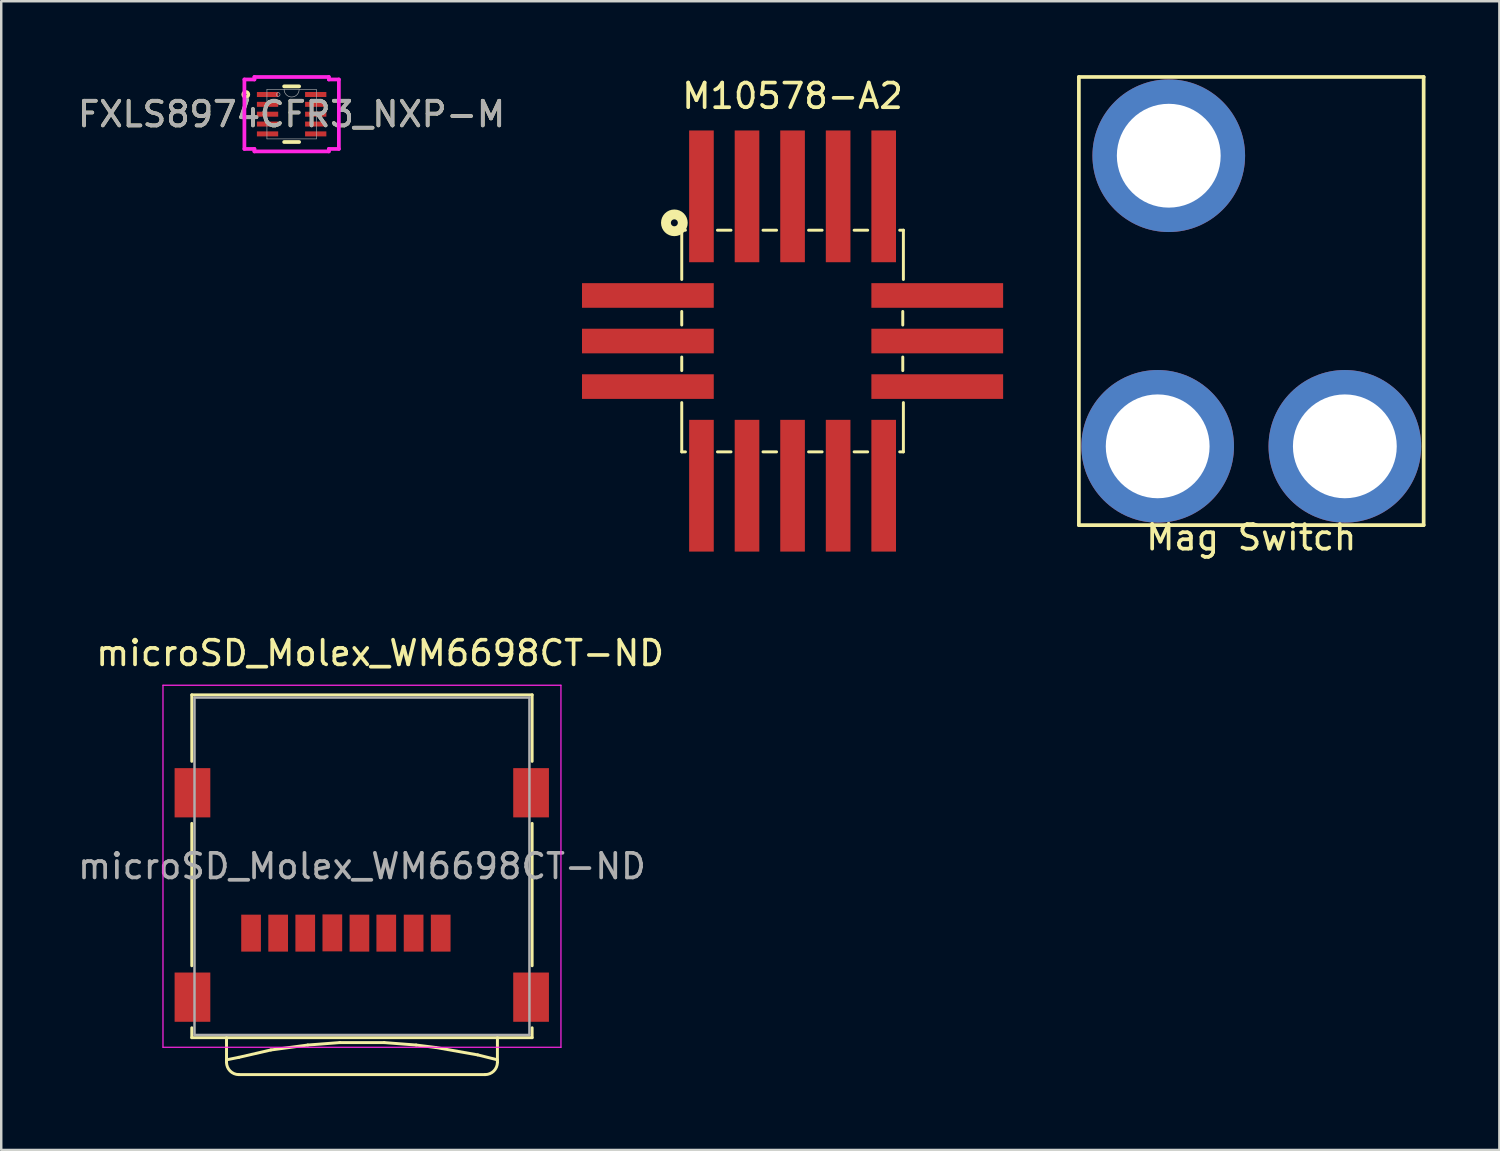
<source format=kicad_pcb>
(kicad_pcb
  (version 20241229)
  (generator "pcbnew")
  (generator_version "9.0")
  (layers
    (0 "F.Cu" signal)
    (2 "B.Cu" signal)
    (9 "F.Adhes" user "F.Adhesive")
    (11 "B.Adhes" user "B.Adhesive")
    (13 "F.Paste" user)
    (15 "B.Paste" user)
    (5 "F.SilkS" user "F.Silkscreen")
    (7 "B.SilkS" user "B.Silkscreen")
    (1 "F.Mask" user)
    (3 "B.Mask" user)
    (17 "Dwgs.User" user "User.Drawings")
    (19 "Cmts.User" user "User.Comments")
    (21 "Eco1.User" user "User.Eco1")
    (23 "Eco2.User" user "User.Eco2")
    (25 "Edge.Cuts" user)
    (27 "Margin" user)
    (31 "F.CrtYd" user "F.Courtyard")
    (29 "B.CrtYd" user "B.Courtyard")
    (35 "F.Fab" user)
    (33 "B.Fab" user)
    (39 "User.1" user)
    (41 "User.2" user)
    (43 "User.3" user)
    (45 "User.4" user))
  (footprint "M10578-A2"
    (layer "F.Cu")
    (at 29.133 10.798)
    (property "Reference" "M10578-A2" (at 0 -9.95 0) (layer "F.SilkS") (effects (font (size 1 1) (thickness 0.15))))
    (attr through_hole)
    (fp_line (start -4.5 -4.5) (end -4.5 -2.5) (stroke (width 0.12) (type solid)) (layer "F.SilkS"))
    (fp_line (start -4.5 -4.5) (end -4.35 -4.5) (stroke (width 0.12) (type solid)) (layer "F.SilkS"))
    (fp_line (start -4.5 -1.2) (end -4.5 -0.65) (stroke (width 0.12) (type solid)) (layer "F.SilkS"))
    (fp_line (start -4.5 0.65) (end -4.5 1.2) (stroke (width 0.12) (type solid)) (layer "F.SilkS"))
    (fp_line (start -4.5 2.5) (end -4.5 4.5) (stroke (width 0.12) (type solid)) (layer "F.SilkS"))
    (fp_line (start -4.5 4.5) (end -4.35 4.5) (stroke (width 0.12) (type solid)) (layer "F.SilkS"))
    (fp_line (start -3.05 -4.5) (end -2.5 -4.5) (stroke (width 0.12) (type solid)) (layer "F.SilkS"))
    (fp_line (start -3.05 4.5) (end -2.5 4.5) (stroke (width 0.12) (type solid)) (layer "F.SilkS"))
    (fp_line (start -1.2 -4.5) (end -0.65 -4.5) (stroke (width 0.12) (type solid)) (layer "F.SilkS"))
    (fp_line (start -1.2 4.5) (end -0.65 4.5) (stroke (width 0.12) (type solid)) (layer "F.SilkS"))
    (fp_line (start 0.65 -4.5) (end 1.2 -4.5) (stroke (width 0.12) (type solid)) (layer "F.SilkS"))
    (fp_line (start 0.65 4.5) (end 1.2 4.5) (stroke (width 0.12) (type solid)) (layer "F.SilkS"))
    (fp_line (start 2.5 -4.5) (end 3.05 -4.5) (stroke (width 0.12) (type solid)) (layer "F.SilkS"))
    (fp_line (start 2.5 4.5) (end 3.05 4.5) (stroke (width 0.12) (type solid)) (layer "F.SilkS"))
    (fp_line (start 4.35 -4.5) (end 4.5 -4.5) (stroke (width 0.12) (type solid)) (layer "F.SilkS"))
    (fp_line (start 4.35 4.5) (end 4.5 4.5) (stroke (width 0.12) (type solid)) (layer "F.SilkS"))
    (fp_line (start 4.475 -1.2) (end 4.475 -0.65) (stroke (width 0.12) (type solid)) (layer "F.SilkS"))
    (fp_line (start 4.475 0.65) (end 4.475 1.2) (stroke (width 0.12) (type solid)) (layer "F.SilkS"))
    (fp_line (start 4.5 -4.5) (end 4.5 -2.5) (stroke (width 0.12) (type solid)) (layer "F.SilkS"))
    (fp_line (start 4.5 2.5) (end 4.5 4.5) (stroke (width 0.12) (type solid)) (layer "F.SilkS"))
    (fp_arc (start -4.7 -4.7) (mid -4.9 -4.9) (end -4.7 -4.7) (stroke (width 0.4) (type solid)) (layer "F.SilkS"))
    (pad "1" smd rect (at -3.7 -5.875) (size 1 5.35) (layers "F.Cu" "F.Mask" "F.Paste"))
    (pad "2" smd rect (at -1.85 -5.875) (size 1 5.35) (layers "F.Cu" "F.Mask" "F.Paste"))
    (pad "3" smd rect (at 0 -5.875) (size 1 5.35) (layers "F.Cu" "F.Mask" "F.Paste"))
    (pad "4" smd rect (at 1.85 -5.875) (size 1 5.35) (layers "F.Cu" "F.Mask" "F.Paste"))
    (pad "5" smd rect (at 3.7 -5.875) (size 1 5.35) (layers "F.Cu" "F.Mask" "F.Paste"))
    (pad "6" smd rect (at 5.875 -1.85) (size 5.35 1) (layers "F.Cu" "F.Mask" "F.Paste"))
    (pad "7" smd rect (at 5.875 0) (size 5.35 1) (layers "F.Cu" "F.Mask" "F.Paste"))
    (pad "8" smd rect (at 5.875 1.85) (size 5.35 1) (layers "F.Cu" "F.Mask" "F.Paste"))
    (pad "9" smd rect (at 3.7 5.875) (size 1 5.35) (layers "F.Cu" "F.Mask" "F.Paste"))
    (pad "10" smd rect (at 1.85 5.875) (size 1 5.35) (layers "F.Cu" "F.Mask" "F.Paste"))
    (pad "11" smd rect (at 0 5.875) (size 1 5.35) (layers "F.Cu" "F.Mask" "F.Paste"))
    (pad "12" smd rect (at -1.85 5.875) (size 1 5.35) (layers "F.Cu" "F.Mask" "F.Paste"))
    (pad "13" smd rect (at -3.7 5.875) (size 1 5.35) (layers "F.Cu" "F.Mask" "F.Paste"))
    (pad "14" smd rect (at -5.875 1.85) (size 5.35 1) (layers "F.Cu" "F.Mask" "F.Paste"))
    (pad "15" smd rect (at -5.875 0) (size 5.35 1) (layers "F.Cu" "F.Mask" "F.Paste"))
    (pad "16" smd rect (at -5.875 -1.85) (size 5.35 1) (layers "F.Cu" "F.Mask" "F.Paste")))
  (footprint "Mag Switch"
    (layer "F.Cu")
    (at 47.759 18.274)
    (property "Reference" "Mag Switch" (at 0 0.5 0) (layer "F.SilkS") (effects (font (size 1 1) (thickness 0.15))))
    (attr through_hole)
    (fp_line (start -7 -18.199) (end 7 -18.199) (stroke (width 0.15) (type solid)) (layer "F.SilkS"))
    (fp_line (start -7 0) (end -7 -18.199) (stroke (width 0.15) (type solid)) (layer "F.SilkS"))
    (fp_line (start 7 -18.199) (end 7 0) (stroke (width 0.15) (type solid)) (layer "F.SilkS"))
    (fp_line (start 7 0) (end -7 0) (stroke (width 0.15) (type solid)) (layer "F.SilkS"))
    (pad "1" thru_hole circle (at -3.35 -15.001) (size 6.198 6.198) (drill 4.216) (layers "*.Cu" "*.Mask"))
    (pad "2" thru_hole circle (at -3.8 -3.2) (size 6.198 6.198) (drill 4.216) (layers "*.Cu" "*.Mask"))
    (pad "3" thru_hole circle (at 3.8 -3.2) (size 6.198 6.198) (drill 4.216) (layers "*.Cu" "*.Mask")))
  (footprint "FXLS8974CFR3_NXP-M"
    (layer "F.Cu")
    (at 8.792 1.587)
    (property "Reference" "FXLS8974CFR3_NXP-M" (at 0 0 0) (unlocked yes) (layer "F.SilkS") (effects (font (size 1 1) (thickness 0.15))))
    (attr smd)
    (fp_line (start -0.304 1.13) (end 0.304 1.13) (stroke (width 0.152) (type solid)) (layer "F.SilkS"))
    (fp_line (start 0.304 -1.13) (end -0.304 -1.13) (stroke (width 0.152) (type solid)) (layer "F.SilkS"))
    (fp_circle (center -1.861 -0.8) (end -1.759 -0.8) (stroke (width 0.152) (type solid)) (fill no) (layer "F.SilkS"))
    (fp_line (start -1.918 -1.41) (end -1.511 -1.41) (stroke (width 0.152) (type solid)) (layer "F.CrtYd"))
    (fp_line (start -1.918 1.41) (end -1.918 -1.41) (stroke (width 0.152) (type solid)) (layer "F.CrtYd"))
    (fp_line (start -1.918 1.41) (end -1.511 1.41) (stroke (width 0.152) (type solid)) (layer "F.CrtYd"))
    (fp_line (start -1.511 -1.511) (end 1.511 -1.511) (stroke (width 0.152) (type solid)) (layer "F.CrtYd"))
    (fp_line (start -1.511 -1.41) (end -1.511 -1.511) (stroke (width 0.152) (type solid)) (layer "F.CrtYd"))
    (fp_line (start -1.511 1.511) (end -1.511 1.41) (stroke (width 0.152) (type solid)) (layer "F.CrtYd"))
    (fp_line (start 1.511 -1.511) (end 1.511 -1.41) (stroke (width 0.152) (type solid)) (layer "F.CrtYd"))
    (fp_line (start 1.511 1.41) (end 1.511 1.511) (stroke (width 0.152) (type solid)) (layer "F.CrtYd"))
    (fp_line (start 1.511 1.511) (end -1.511 1.511) (stroke (width 0.152) (type solid)) (layer "F.CrtYd"))
    (fp_line (start 1.918 -1.41) (end 1.511 -1.41) (stroke (width 0.152) (type solid)) (layer "F.CrtYd"))
    (fp_line (start 1.918 -1.41) (end 1.918 1.41) (stroke (width 0.152) (type solid)) (layer "F.CrtYd"))
    (fp_line (start 1.918 1.41) (end 1.511 1.41) (stroke (width 0.152) (type solid)) (layer "F.CrtYd"))
    (fp_line (start -1.003 -1.003) (end -1.003 1.003) (stroke (width 0.025) (type solid)) (layer "F.Fab"))
    (fp_line (start -1.003 1.003) (end 1.003 1.003) (stroke (width 0.025) (type solid)) (layer "F.Fab"))
    (fp_line (start 1.003 -1.003) (end -1.003 -1.003) (stroke (width 0.025) (type solid)) (layer "F.Fab"))
    (fp_line (start 1.003 1.003) (end 1.003 -1.003) (stroke (width 0.025) (type solid)) (layer "F.Fab"))
    (fp_arc (start 0.3048 -1.0033) (mid 0 -0.6985) (end -0.3048 -1.0033) (stroke (width 0.0254) (type solid)) (layer "F.Fab"))
    (fp_circle (center -0.546 -0.8) (end -0.47 -0.8) (stroke (width 0.025) (type solid)) (fill no) (layer "F.Fab"))
    (fp_text user "${REFERENCE}" (at 0 0 0) (unlocked yes) (layer "F.Fab") (effects (font (size 1 1) (thickness 0.15))))
    (pad "1" smd rect (at -0.978 -0.8) (size 0.864 0.203) (layers "F.Cu" "F.Mask" "F.Paste"))
    (pad "2" smd rect (at -0.978 -0.4) (size 0.864 0.203) (layers "F.Cu" "F.Mask" "F.Paste"))
    (pad "3" smd rect (at -0.978 0) (size 0.864 0.203) (layers "F.Cu" "F.Mask" "F.Paste"))
    (pad "4" smd rect (at -0.978 0.4) (size 0.864 0.203) (layers "F.Cu" "F.Mask" "F.Paste"))
    (pad "5" smd rect (at -0.978 0.8) (size 0.864 0.203) (layers "F.Cu" "F.Mask" "F.Paste"))
    (pad "6" smd rect (at 0.978 0.8) (size 0.864 0.203) (layers "F.Cu" "F.Mask" "F.Paste"))
    (pad "7" smd rect (at 0.978 0.4) (size 0.864 0.203) (layers "F.Cu" "F.Mask" "F.Paste"))
    (pad "8" smd rect (at 0.978 0) (size 0.864 0.203) (layers "F.Cu" "F.Mask" "F.Paste"))
    (pad "9" smd rect (at 0.978 -0.4) (size 0.864 0.203) (layers "F.Cu" "F.Mask" "F.Paste"))
    (pad "10" smd rect (at 0.978 -0.8) (size 0.864 0.203) (layers "F.Cu" "F.Mask" "F.Paste")))
  (footprint "microSD_Molex_WM6698CT-ND"
    (layer "F.Cu")
    (at 4.765 37.441)
    (property "Reference" "microSD_Molex_WM6698CT-ND" (at 7.62 -13.97 0) (layer "F.SilkS") (effects (font (size 1 1) (thickness 0.15))))
    (attr smd)
    (fp_line (start -0.027 -12.276) (end 13.793 -12.276) (stroke (width 0.12) (type solid)) (layer "F.SilkS"))
    (fp_line (start -0.027 -9.576) (end -0.027 -12.276) (stroke (width 0.12) (type solid)) (layer "F.SilkS"))
    (fp_line (start -0.027 -1.276) (end -0.027 -7.056) (stroke (width 0.12) (type solid)) (layer "F.SilkS"))
    (fp_line (start -0.027 1.644) (end -0.027 1.244) (stroke (width 0.12) (type solid)) (layer "F.SilkS"))
    (fp_line (start 1.383 1.644) (end 1.383 2.644) (stroke (width 0.12) (type solid)) (layer "F.SilkS"))
    (fp_line (start 1.883 2.444) (end 1.383 2.544) (stroke (width 0.12) (type solid)) (layer "F.SilkS"))
    (fp_line (start 3.183 2.144) (end 1.883 2.444) (stroke (width 0.12) (type solid)) (layer "F.SilkS"))
    (fp_line (start 4.683 1.944) (end 3.183 2.144) (stroke (width 0.12) (type solid)) (layer "F.SilkS"))
    (fp_line (start 5.983 1.844) (end 4.683 1.944) (stroke (width 0.12) (type solid)) (layer "F.SilkS"))
    (fp_line (start 7.783 1.844) (end 5.983 1.844) (stroke (width 0.12) (type solid)) (layer "F.SilkS"))
    (fp_line (start 9.083 1.944) (end 7.783 1.844) (stroke (width 0.12) (type solid)) (layer "F.SilkS"))
    (fp_line (start 9.883 2.044) (end 9.083 1.944) (stroke (width 0.12) (type solid)) (layer "F.SilkS"))
    (fp_line (start 11.583 2.344) (end 9.883 2.044) (stroke (width 0.12) (type solid)) (layer "F.SilkS"))
    (fp_line (start 11.883 3.144) (end 1.883 3.144) (stroke (width 0.12) (type solid)) (layer "F.SilkS"))
    (fp_line (start 12.383 1.644) (end 12.383 2.644) (stroke (width 0.12) (type solid)) (layer "F.SilkS"))
    (fp_line (start 12.383 2.544) (end 11.583 2.344) (stroke (width 0.12) (type solid)) (layer "F.SilkS"))
    (fp_line (start 13.793 -9.576) (end 13.793 -12.276) (stroke (width 0.12) (type solid)) (layer "F.SilkS"))
    (fp_line (start 13.793 -1.276) (end 13.793 -7.056) (stroke (width 0.12) (type solid)) (layer "F.SilkS"))
    (fp_line (start 13.793 1.644) (end -0.027 1.644) (stroke (width 0.12) (type solid)) (layer "F.SilkS"))
    (fp_line (start 13.793 1.644) (end 13.793 1.244) (stroke (width 0.12) (type solid)) (layer "F.SilkS"))
    (fp_arc (start 1.8834 3.1444) (mid 1.529847 2.997953) (end 1.3834 2.6444) (stroke (width 0.12) (type solid)) (layer "F.SilkS"))
    (fp_arc (start 12.3834 2.6444) (mid 12.236953 2.997953) (end 11.8834 3.1444) (stroke (width 0.12) (type solid)) (layer "F.SilkS"))
    (fp_line (start -1.197 -12.666) (end 14.963 -12.666) (stroke (width 0.05) (type solid)) (layer "F.CrtYd"))
    (fp_line (start -1.197 2.034) (end -1.197 -12.666) (stroke (width 0.05) (type solid)) (layer "F.CrtYd"))
    (fp_line (start -1.197 2.034) (end 14.963 2.034) (stroke (width 0.05) (type solid)) (layer "F.CrtYd"))
    (fp_line (start 14.963 2.034) (end 14.963 -12.666) (stroke (width 0.05) (type solid)) (layer "F.CrtYd"))
    (fp_line (start 0.083 -12.166) (end 0.083 1.534) (stroke (width 0.1) (type solid)) (layer "F.Fab"))
    (fp_line (start 0.083 1.534) (end 13.683 1.534) (stroke (width 0.1) (type solid)) (layer "F.Fab"))
    (fp_line (start 13.683 -12.166) (end 0.083 -12.166) (stroke (width 0.1) (type solid)) (layer "F.Fab"))
    (fp_line (start 13.683 1.534) (end 13.683 -12.166) (stroke (width 0.1) (type solid)) (layer "F.Fab"))
    (fp_text user "${REFERENCE}" (at 6.883 -5.316 180) (layer "F.Fab") (effects (font (size 1 1) (thickness 0.15))))
    (pad "1" smd rect (at 10.08 -2.6 180) (size 0.8 1.5) (layers "F.Cu" "F.Mask" "F.Paste"))
    (pad "2" smd rect (at 8.98 -2.6 180) (size 0.8 1.5) (layers "F.Cu" "F.Mask" "F.Paste"))
    (pad "3" smd rect (at 7.87 -2.6 180) (size 0.8 1.5) (layers "F.Cu" "F.Mask" "F.Paste"))
    (pad "4" smd rect (at 6.78 -2.6 180) (size 0.8 1.5) (layers "F.Cu" "F.Mask" "F.Paste"))
    (pad "5" smd rect (at 5.68 -2.61 180) (size 0.8 1.5) (layers "F.Cu" "F.Mask" "F.Paste"))
    (pad "6" smd rect (at 4.58 -2.6 180) (size 0.8 1.5) (layers "F.Cu" "F.Mask" "F.Paste"))
    (pad "7" smd rect (at 3.48 -2.6 180) (size 0.8 1.5) (layers "F.Cu" "F.Mask" "F.Paste"))
    (pad "8" smd rect (at 2.38 -2.6 180) (size 0.8 1.5) (layers "F.Cu" "F.Mask" "F.Paste"))
    (pad "9" smd rect (at 0 -8.3 180) (size 1.45 2) (layers "F.Cu" "F.Mask" "F.Paste"))
    (pad "9" smd rect (at 0 0 180) (size 1.45 2) (layers "F.Cu" "F.Mask" "F.Paste"))
    (pad "9" smd rect (at 13.75 -8.3 180) (size 1.45 2) (layers "F.Cu" "F.Mask" "F.Paste"))
    (pad "9" smd rect (at 13.75 0 180) (size 1.45 2) (layers "F.Cu" "F.Mask" "F.Paste")))
  (gr_rect
    (start -3 -3)
    (end 57.834 43.645)
    (stroke (width 0.1) (type default))
    (fill no)
    (layer "Edge.Cuts")))
</source>
